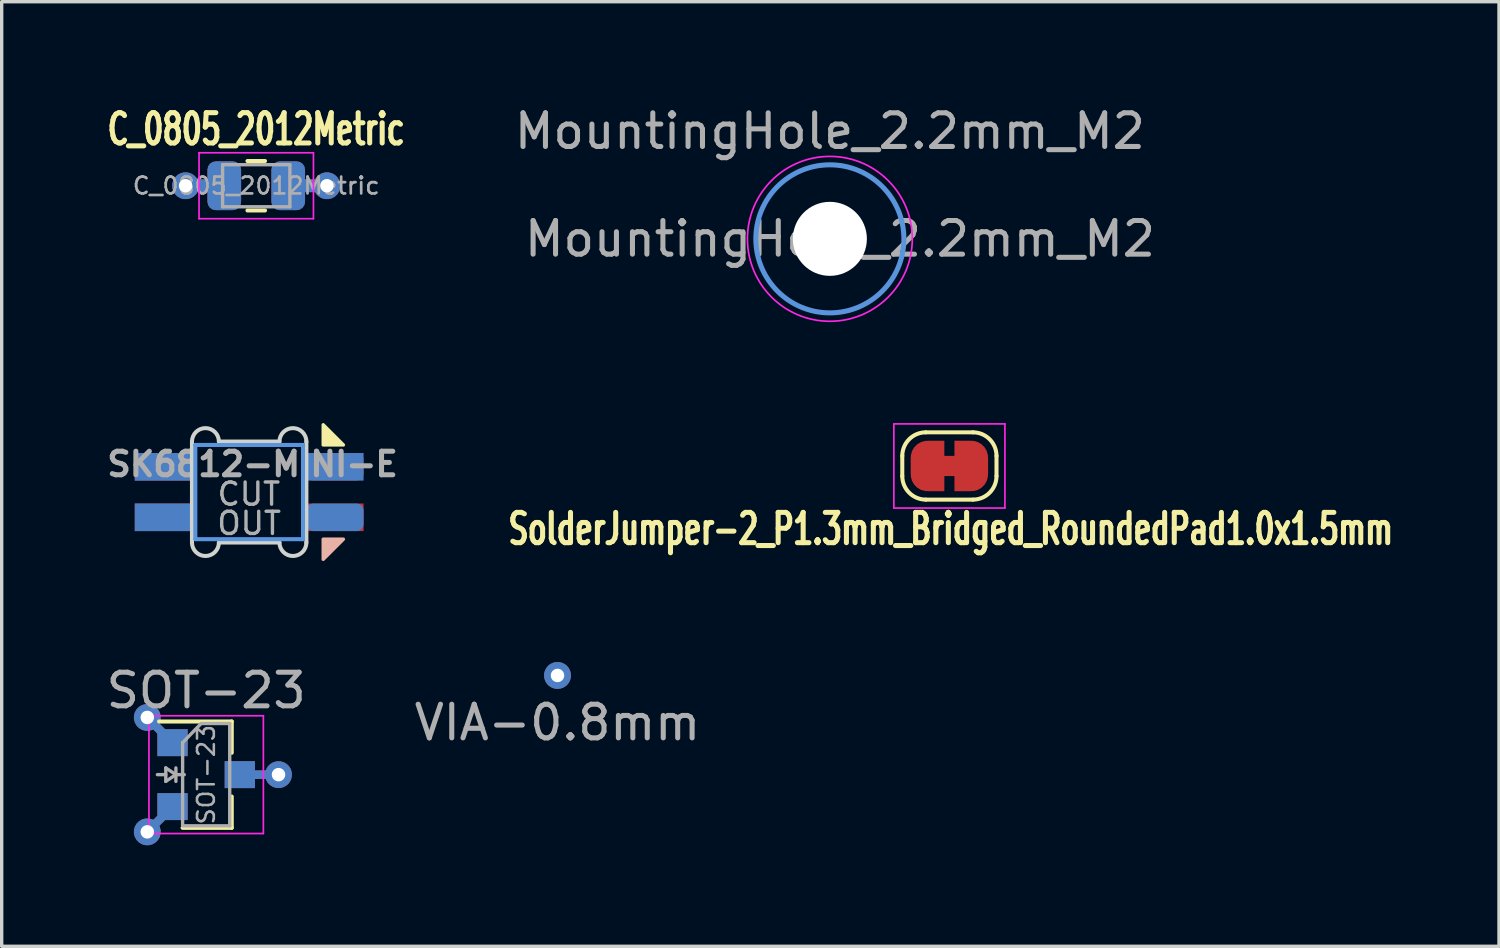
<source format=kicad_pcb>
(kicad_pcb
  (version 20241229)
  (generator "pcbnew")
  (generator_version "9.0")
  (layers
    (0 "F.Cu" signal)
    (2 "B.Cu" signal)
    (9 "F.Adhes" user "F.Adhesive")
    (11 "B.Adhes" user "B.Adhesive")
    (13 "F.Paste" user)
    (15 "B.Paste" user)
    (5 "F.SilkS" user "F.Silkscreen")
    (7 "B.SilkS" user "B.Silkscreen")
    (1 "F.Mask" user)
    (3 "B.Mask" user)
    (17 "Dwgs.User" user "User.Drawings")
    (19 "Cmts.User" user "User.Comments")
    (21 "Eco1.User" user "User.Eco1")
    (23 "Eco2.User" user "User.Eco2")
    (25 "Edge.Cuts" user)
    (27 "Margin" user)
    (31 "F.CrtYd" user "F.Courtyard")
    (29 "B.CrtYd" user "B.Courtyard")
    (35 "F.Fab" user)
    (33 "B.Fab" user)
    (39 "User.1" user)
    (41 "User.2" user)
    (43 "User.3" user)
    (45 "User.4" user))
  (footprint "C_0805_2012Metric"
    (layer "F.Cu")
    (at 4.565 2.47)
    (property "Reference" "C_0805_2012Metric" (at 0 -1.68 0) (layer "F.SilkS") (effects (font (size 0.9 0.6) (thickness 0.15))))
    (attr smd)
    (fp_line (start -0.261 -0.735) (end 0.261 -0.735) (stroke (width 0.12) (type solid)) (layer "F.SilkS"))
    (fp_line (start -0.261 0.735) (end 0.261 0.735) (stroke (width 0.12) (type solid)) (layer "F.SilkS"))
    (fp_line (start -1.7 -0.98) (end 1.7 -0.98) (stroke (width 0.05) (type solid)) (layer "F.CrtYd"))
    (fp_line (start -1.7 0.98) (end -1.7 -0.98) (stroke (width 0.05) (type solid)) (layer "F.CrtYd"))
    (fp_line (start 1.7 -0.98) (end 1.7 0.98) (stroke (width 0.05) (type solid)) (layer "F.CrtYd"))
    (fp_line (start 1.7 0.98) (end -1.7 0.98) (stroke (width 0.05) (type solid)) (layer "F.CrtYd"))
    (fp_line (start -1 -0.625) (end 1 -0.625) (stroke (width 0.1) (type solid)) (layer "F.Fab"))
    (fp_line (start -1 0.625) (end -1 -0.625) (stroke (width 0.1) (type solid)) (layer "F.Fab"))
    (fp_line (start 1 -0.625) (end 1 0.625) (stroke (width 0.1) (type solid)) (layer "F.Fab"))
    (fp_line (start 1 0.625) (end -1 0.625) (stroke (width 0.1) (type solid)) (layer "F.Fab"))
    (fp_text user "${REFERENCE}" (at 0 0 0) (layer "F.Fab") (effects (font (size 0.5 0.5) (thickness 0.08))))
    (pad "1" thru_hole custom (at -2.1 0) (size 0.8 0.8) (drill 0.4) (layers "*.Cu") (options (anchor circle)) (primitives (gr_line (start 1.188 0) (end 0 0) (width 0.381))))
    (pad "1" smd roundrect (at -0.95 0) (size 1 1.45) (layers "F.Cu" "F.Mask" "F.Paste") (roundrect_rratio 0.25))
    (pad "1" smd roundrect (at -0.95 0) (size 1 1.45) (layers "B.Cu" "B.Mask" "B.Paste") (roundrect_rratio 0.25))
    (pad "2" smd roundrect (at 0.95 0) (size 1 1.45) (layers "F.Cu" "F.Mask" "F.Paste") (roundrect_rratio 0.25))
    (pad "2" smd roundrect (at 0.95 0) (size 1 1.45) (layers "B.Cu" "B.Mask" "B.Paste") (roundrect_rratio 0.25))
    (pad "2" thru_hole custom (at 2.1 0) (size 0.8 0.8) (drill 0.4) (layers "*.Cu") (options (anchor circle)) (primitives (gr_line (start -0.013 0) (end -1.2 0) (width 0.381)))))
  (footprint "SOT-23"
    (layer "F.Cu")
    (at 3.077 19.971)
    (property "Reference" "SOT-23" (at 0 -2.5 0) (layer "F.Fab") (effects (font (size 1 1) (thickness 0.15))))
    (attr smd)
    (fp_line (start 0.76 -1.58) (end -1.4 -1.58) (stroke (width 0.12) (type solid)) (layer "F.SilkS"))
    (fp_line (start 0.76 -1.58) (end 0.76 -0.65) (stroke (width 0.12) (type solid)) (layer "F.SilkS"))
    (fp_line (start 0.76 1.58) (end -0.7 1.58) (stroke (width 0.12) (type solid)) (layer "F.SilkS"))
    (fp_line (start 0.76 1.58) (end 0.76 0.65) (stroke (width 0.12) (type solid)) (layer "F.SilkS"))
    (fp_line (start -1.7 -1.75) (end 1.7 -1.75) (stroke (width 0.05) (type solid)) (layer "F.CrtYd"))
    (fp_line (start -1.7 1.75) (end -1.7 -1.75) (stroke (width 0.05) (type solid)) (layer "F.CrtYd"))
    (fp_line (start 1.7 -1.75) (end 1.7 1.75) (stroke (width 0.05) (type solid)) (layer "F.CrtYd"))
    (fp_line (start 1.7 1.75) (end -1.7 1.75) (stroke (width 0.05) (type solid)) (layer "F.CrtYd"))
    (fp_line (start -1.2 -0.2) (end -1.2 0.2) (stroke (width 0.1) (type solid)) (layer "F.Fab"))
    (fp_line (start -1.2 0) (end -1.45 0) (stroke (width 0.1) (type solid)) (layer "F.Fab"))
    (fp_line (start -1.2 0.2) (end -0.9 0) (stroke (width 0.1) (type solid)) (layer "F.Fab"))
    (fp_line (start -0.9 -0.2) (end -0.9 0.2) (stroke (width 0.1) (type solid)) (layer "F.Fab"))
    (fp_line (start -0.9 0) (end -1.2 -0.2) (stroke (width 0.1) (type solid)) (layer "F.Fab"))
    (fp_line (start -0.9 0) (end -0.65 0) (stroke (width 0.1) (type solid)) (layer "F.Fab"))
    (fp_line (start -0.7 -0.95) (end -0.7 1.5) (stroke (width 0.1) (type solid)) (layer "F.Fab"))
    (fp_line (start -0.7 -0.95) (end -0.15 -1.52) (stroke (width 0.1) (type solid)) (layer "F.Fab"))
    (fp_line (start -0.7 1.52) (end 0.7 1.52) (stroke (width 0.1) (type solid)) (layer "F.Fab"))
    (fp_line (start -0.15 -1.52) (end 0.7 -1.52) (stroke (width 0.1) (type solid)) (layer "F.Fab"))
    (fp_line (start 0.7 -1.52) (end 0.7 1.52) (stroke (width 0.1) (type solid)) (layer "F.Fab"))
    (fp_text user "${REFERENCE}" (at 0 0 90) (layer "F.Fab") (effects (font (size 0.5 0.5) (thickness 0.075))))
    (pad "1" thru_hole custom (at -1.75 -1.7) (size 0.8 0.8) (drill 0.4) (layers "*.Cu") (options (anchor circle)) (primitives (gr_line (start 0.75 0.75) (end 0 0) (width 0.254))))
    (pad "1" smd rect (at -1 -0.95) (size 0.9 0.8) (layers "F.Cu" "F.Mask" "F.Paste"))
    (pad "1" smd rect (at -1 -0.95) (size 0.9 0.8) (layers "B.Cu" "B.Mask" "B.Paste"))
    (pad "2" thru_hole custom (at -1.75 1.7) (size 0.8 0.8) (drill 0.4) (layers "*.Cu") (options (anchor circle)) (primitives (gr_line (start 0.75 -0.75) (end 0 0) (width 0.254))))
    (pad "2" smd rect (at -1 0.95) (size 0.9 0.8) (layers "F.Cu" "F.Mask" "F.Paste"))
    (pad "2" smd rect (at -1 0.95) (size 0.9 0.8) (layers "B.Cu" "B.Mask" "B.Paste"))
    (pad "3" smd rect (at 1 0) (size 0.9 0.8) (layers "F.Cu" "F.Mask" "F.Paste"))
    (pad "3" smd rect (at 1 0) (size 0.9 0.8) (layers "B.Cu" "B.Mask" "B.Paste"))
    (pad "3" thru_hole custom (at 2.15 0) (size 0.8 0.8) (drill 0.4) (layers "*.Cu") (options (anchor circle)) (primitives (gr_line (start 0 0) (end -1.15 0) (width 0.254)))))
  (footprint "SK6812-MINI-E"
    (layer "F.Cu")
    (at 4.355 11.573)
    (property "Reference" "SK6812-MINI-E" (at 0.1 -0.83 0) (unlocked yes) (layer "F.Fab") (effects (font (size 0.7 0.7) (thickness 0.15))))
    (attr through_hole)
    (fp_poly (pts (xy 2.8 -1.4) (xy 2.2 -1.4) (xy 2.2 -2)) (stroke (width 0.1) (type solid)) (fill yes) (layer "F.SilkS"))
    (fp_poly (pts (xy 2.2 2) (xy 2.2 1.4) (xy 2.8 1.4)) (stroke (width 0.1) (type solid)) (fill yes) (layer "B.SilkS"))
    (fp_line (start -1.6 -1.4) (end 1.6 -1.4) (stroke (width 0.12) (type solid)) (layer "Cmts.User"))
    (fp_line (start -1.6 1.4) (end -1.6 -1.4) (stroke (width 0.12) (type solid)) (layer "Cmts.User"))
    (fp_line (start 1.6 -1.4) (end 1.6 1.4) (stroke (width 0.12) (type solid)) (layer "Cmts.User"))
    (fp_line (start 1.6 1.4) (end -1.6 1.4) (stroke (width 0.12) (type solid)) (layer "Cmts.User"))
    (fp_line (start -1.7 1.5) (end -1.7 -1.5) (stroke (width 0.12) (type solid)) (layer "Edge.Cuts"))
    (fp_line (start -0.9 -1.5) (end 0.9 -1.5) (stroke (width 0.12) (type solid)) (layer "Edge.Cuts"))
    (fp_line (start 0.9 1.5) (end -0.9 1.5) (stroke (width 0.12) (type solid)) (layer "Edge.Cuts"))
    (fp_line (start 1.7 -1.5) (end 1.7 1.5) (stroke (width 0.12) (type solid)) (layer "Edge.Cuts"))
    (fp_arc (start -1.7 -1.5) (mid -1.3 -1.9) (end -0.9 -1.5) (stroke (width 0.12) (type solid)) (layer "Edge.Cuts"))
    (fp_arc (start -0.9 1.5) (mid -1.3 1.9) (end -1.7 1.5) (stroke (width 0.12) (type solid)) (layer "Edge.Cuts"))
    (fp_arc (start 0.9 -1.5) (mid 1.3 -1.9) (end 1.7 -1.5) (stroke (width 0.12) (type solid)) (layer "Edge.Cuts"))
    (fp_arc (start 1.7 1.5) (mid 1.3 1.9) (end 0.9 1.5) (stroke (width 0.12) (type solid)) (layer "Edge.Cuts"))
    (fp_text user "CUT" (at -0.01 0.06 0) (layer "F.Fab") (effects (font (size 0.66 0.66) (thickness 0.1))))
    (fp_text user "OUT" (at 0 0.93 0) (layer "F.Fab") (effects (font (size 0.66 0.66) (thickness 0.1))))
    (pad "1" smd rect (at -2.55 -0.75) (size 1.7 0.82) (layers "B.Cu" "B.Mask" "B.Paste"))
    (pad "1" smd rect (at -2.55 0.75) (size 1.7 0.82) (layers "F.Cu" "F.Mask" "F.Paste"))
    (pad "2" smd rect (at -2.55 -0.75) (size 1.7 0.82) (layers "F.Cu" "F.Mask" "F.Paste"))
    (pad "2" smd rect (at -2.55 0.75) (size 1.7 0.82) (layers "B.Cu" "B.Mask" "B.Paste"))
    (pad "3" smd roundrect (at 2.55 -0.75) (size 1.7 0.82) (layers "F.Cu" "F.Mask" "F.Paste") (roundrect_rratio 0.25))
    (pad "3" smd roundrect (at 2.55 0.75) (size 1.7 0.82) (layers "B.Cu" "B.Mask" "B.Paste") (roundrect_rratio 0.25))
    (pad "4" smd rect (at 2.55 -0.75) (size 1.7 0.82) (layers "B.Cu" "B.Mask" "B.Paste"))
    (pad "4" smd rect (at 2.55 0.75) (size 1.7 0.82) (layers "F.Cu" "F.Mask" "F.Paste")))
  (footprint "VIA-0.8mm"
    (layer "F.Cu")
    (at 13.518 17.023)
    (property "Reference" "VIA-0.8mm" (at 0 1.4 0) (layer "F.Fab") (effects (font (size 1 1) (thickness 0.15))))
    (attr through_hole)
    (pad "1" thru_hole circle (at 0 0) (size 0.8 0.8) (drill 0.4) (layers "*.Cu")))
  (footprint "SolderJumper-2_P1.3mm_Bridged_RoundedPad1.0x1.5mm"
    (layer "F.Cu")
    (at 25.164 10.798)
    (property "Reference" "SolderJumper-2_P1.3mm_Bridged_RoundedPad1.0x1.5mm" (at 0.04 1.87 180) (layer "F.SilkS") (effects (font (size 0.9 0.6) (thickness 0.15))))
    (attr exclude_from_pos_files exclude_from_bom)
    (fp_poly (pts (xy 0.25 -0.3) (xy -0.25 -0.3) (xy -0.25 0.3) (xy 0.25 0.3)) (stroke (width 0) (type solid)) (fill yes) (layer "F.Cu"))
    (fp_line (start -1.4 0.3) (end -1.4 -0.3) (stroke (width 0.12) (type solid)) (layer "F.SilkS"))
    (fp_line (start -0.7 -1) (end 0.7 -1) (stroke (width 0.12) (type solid)) (layer "F.SilkS"))
    (fp_line (start 0.7 1) (end -0.7 1) (stroke (width 0.12) (type solid)) (layer "F.SilkS"))
    (fp_line (start 1.4 -0.3) (end 1.4 0.3) (stroke (width 0.12) (type solid)) (layer "F.SilkS"))
    (fp_arc (start -1.4 -0.3) (mid -1.194975 -0.794975) (end -0.7 -1) (stroke (width 0.12) (type solid)) (layer "F.SilkS"))
    (fp_arc (start -0.7 1) (mid -1.194975 0.794975) (end -1.4 0.3) (stroke (width 0.12) (type solid)) (layer "F.SilkS"))
    (fp_arc (start 0.7 -1) (mid 1.194975 -0.794975) (end 1.4 -0.3) (stroke (width 0.12) (type solid)) (layer "F.SilkS"))
    (fp_arc (start 1.4 0.3) (mid 1.194975 0.794975) (end 0.7 1) (stroke (width 0.12) (type solid)) (layer "F.SilkS"))
    (fp_line (start -1.65 -1.25) (end -1.65 1.25) (stroke (width 0.05) (type solid)) (layer "F.CrtYd"))
    (fp_line (start -1.65 -1.25) (end 1.65 -1.25) (stroke (width 0.05) (type solid)) (layer "F.CrtYd"))
    (fp_line (start 1.65 1.25) (end -1.65 1.25) (stroke (width 0.05) (type solid)) (layer "F.CrtYd"))
    (fp_line (start 1.65 1.25) (end 1.65 -1.25) (stroke (width 0.05) (type solid)) (layer "F.CrtYd"))
    (pad "1" smd custom (at -0.65 0) (size 1 0.5) (layers "F.Cu" "F.Mask") (options (anchor rect)) (primitives (gr_circle (center 0 0.25) (end 0.5 0.25) (width 0) (fill yes)) (gr_circle (center 0 -0.25) (end 0.5 -0.25) (width 0) (fill yes)) (gr_poly (pts (xy 0 -0.75) (xy 0.5 -0.75) (xy 0.5 0.75) (xy 0 0.75)) (width 0) (fill yes))))
    (pad "2" smd custom (at 0.65 0) (size 1 0.5) (layers "F.Cu" "F.Mask") (options (anchor rect)) (primitives (gr_circle (center 0 0.25) (end 0.5 0.25) (width 0) (fill yes)) (gr_circle (center 0 -0.25) (end 0.5 -0.25) (width 0) (fill yes)) (gr_poly (pts (xy 0 -0.75) (xy -0.5 -0.75) (xy -0.5 0.75) (xy 0 0.75)) (width 0) (fill yes)))))
  (footprint "MountingHole_2.2mm_M2"
    (layer "F.Cu")
    (at 21.612 4.048)
    (property "Reference" "MountingHole_2.2mm_M2" (at 0 -3.2 0) (layer "F.Fab") (effects (font (size 1 1) (thickness 0.15))))
    (attr exclude_from_pos_files exclude_from_bom)
    (fp_circle (center 0 0) (end 2.2 0) (stroke (width 0.15) (type solid)) (fill no) (layer "Cmts.User"))
    (fp_circle (center 0 0) (end 2.45 0) (stroke (width 0.05) (type solid)) (fill no) (layer "F.CrtYd"))
    (fp_text user "${REFERENCE}" (at 0.3 0 0) (layer "F.Fab") (effects (font (size 1 1) (thickness 0.15))))
    (pad "" np_thru_hole circle (at 0 0) (size 2.2 2.2) (drill 2.2) (layers "*.Cu" "*.Mask")))
  (gr_rect
    (start -3 -3)
    (end 41.497 25.072)
    (stroke (width 0.1) (type default))
    (fill no)
    (layer "Edge.Cuts")))
</source>
